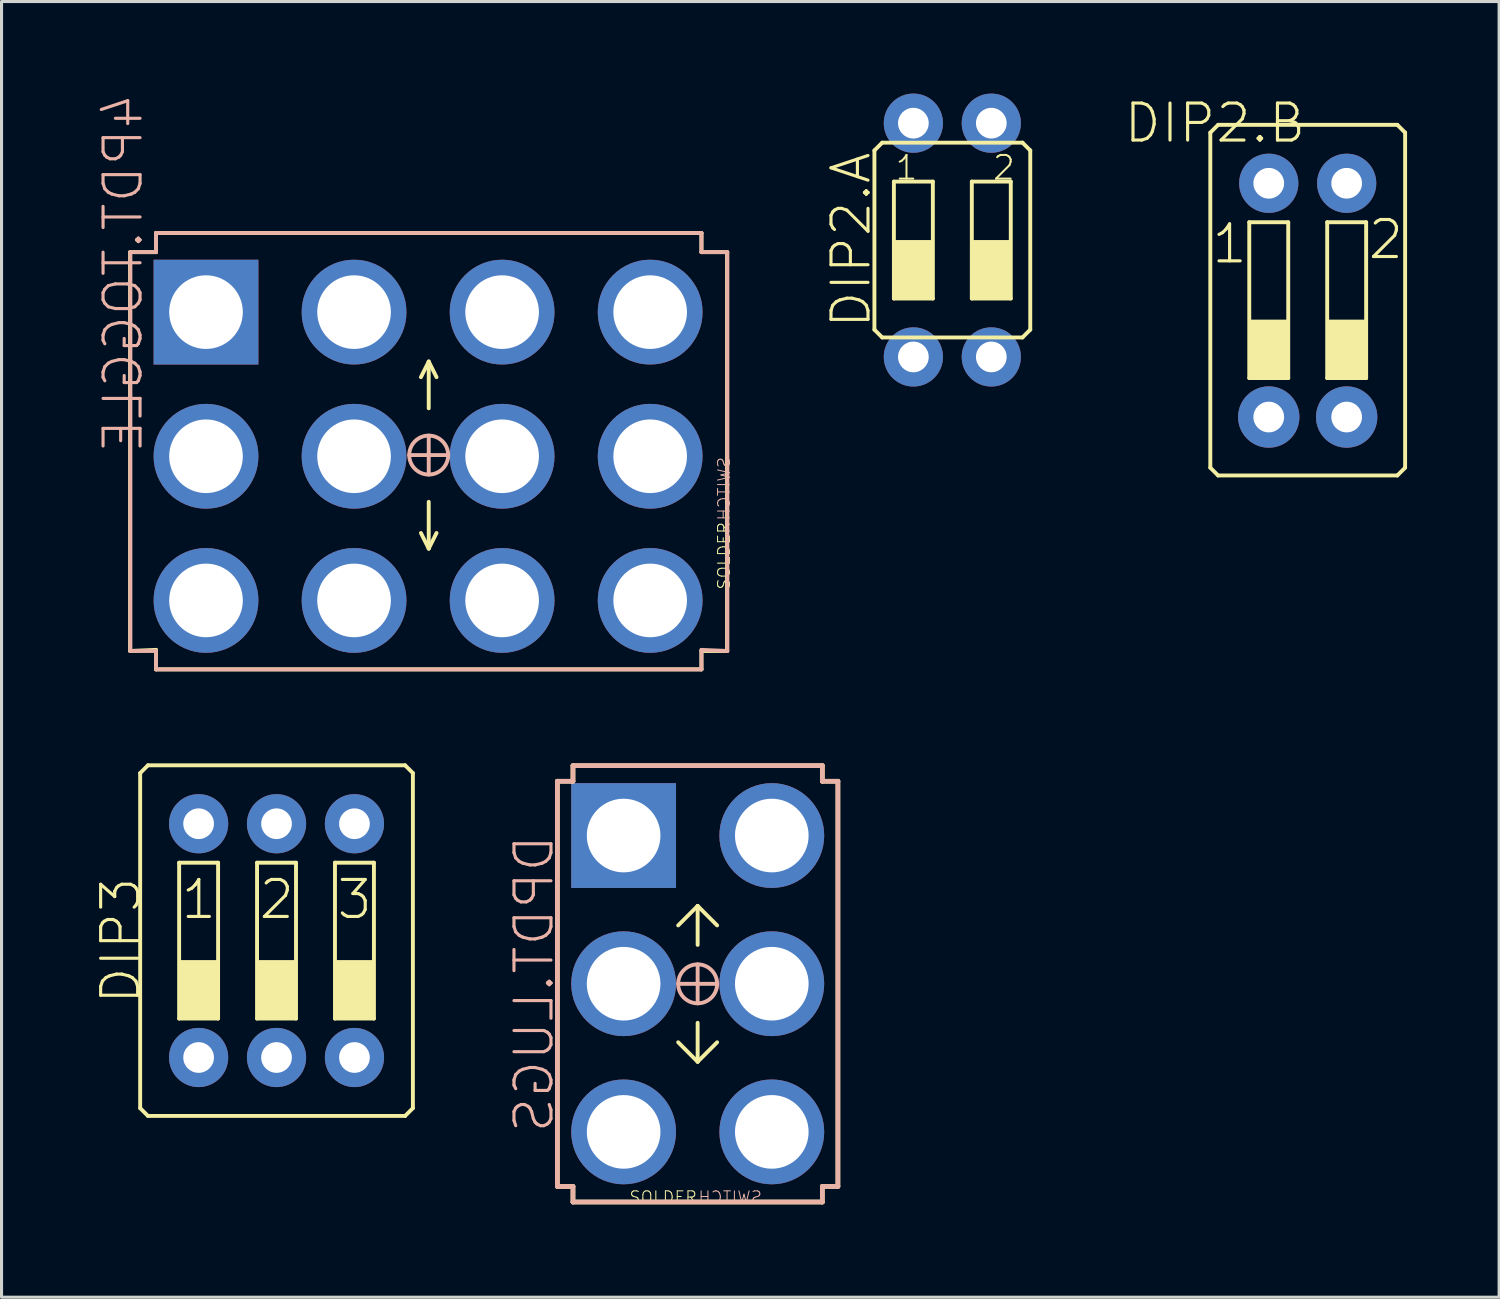
<source format=kicad_pcb>
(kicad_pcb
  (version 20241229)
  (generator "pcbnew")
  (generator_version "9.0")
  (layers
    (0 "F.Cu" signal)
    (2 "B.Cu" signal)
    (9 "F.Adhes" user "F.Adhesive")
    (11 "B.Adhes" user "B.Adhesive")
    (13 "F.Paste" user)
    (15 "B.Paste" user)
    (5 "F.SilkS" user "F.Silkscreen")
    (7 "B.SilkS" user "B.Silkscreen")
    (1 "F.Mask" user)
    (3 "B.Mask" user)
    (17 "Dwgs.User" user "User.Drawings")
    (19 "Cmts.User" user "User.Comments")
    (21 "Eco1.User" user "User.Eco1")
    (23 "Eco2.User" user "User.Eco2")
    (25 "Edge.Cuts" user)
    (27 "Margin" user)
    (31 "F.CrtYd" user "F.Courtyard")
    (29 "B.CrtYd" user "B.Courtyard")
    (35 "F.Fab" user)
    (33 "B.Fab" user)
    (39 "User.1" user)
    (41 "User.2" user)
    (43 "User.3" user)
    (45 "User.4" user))
  (footprint "DIP3"
    (layer "F.Cu")
    (at 5.964 27.611)
    (property "Reference" "DIP3" (at -5.08 0 90) (layer "F.SilkS") (effects (font (size 1.206 1.206) (thickness 0.102))))
    (attr through_hole)
    (fp_line (start -4.445 -5.461) (end -4.191 -5.715) (stroke (width 0.127) (type solid)) (layer "F.SilkS"))
    (fp_line (start -4.445 5.461) (end -4.445 -5.461) (stroke (width 0.127) (type solid)) (layer "F.SilkS"))
    (fp_line (start -4.191 -5.715) (end 4.191 -5.715) (stroke (width 0.127) (type solid)) (layer "F.SilkS"))
    (fp_line (start -4.191 5.715) (end -4.445 5.461) (stroke (width 0.127) (type solid)) (layer "F.SilkS"))
    (fp_line (start -3.175 -2.54) (end -1.905 -2.54) (stroke (width 0.127) (type solid)) (layer "F.SilkS"))
    (fp_line (start -3.175 2.54) (end -3.175 -2.54) (stroke (width 0.127) (type solid)) (layer "F.SilkS"))
    (fp_line (start -1.905 -2.54) (end -1.905 2.54) (stroke (width 0.127) (type solid)) (layer "F.SilkS"))
    (fp_line (start -1.905 2.54) (end -3.175 2.54) (stroke (width 0.127) (type solid)) (layer "F.SilkS"))
    (fp_line (start -0.635 -2.54) (end 0.635 -2.54) (stroke (width 0.127) (type solid)) (layer "F.SilkS"))
    (fp_line (start -0.635 2.54) (end -0.635 -2.54) (stroke (width 0.127) (type solid)) (layer "F.SilkS"))
    (fp_line (start 0.635 -2.54) (end 0.635 2.54) (stroke (width 0.127) (type solid)) (layer "F.SilkS"))
    (fp_line (start 0.635 2.54) (end -0.635 2.54) (stroke (width 0.127) (type solid)) (layer "F.SilkS"))
    (fp_line (start 1.905 -2.54) (end 3.175 -2.54) (stroke (width 0.127) (type solid)) (layer "F.SilkS"))
    (fp_line (start 1.905 2.54) (end 1.905 -2.54) (stroke (width 0.127) (type solid)) (layer "F.SilkS"))
    (fp_line (start 3.175 -2.54) (end 3.175 2.54) (stroke (width 0.127) (type solid)) (layer "F.SilkS"))
    (fp_line (start 3.175 2.54) (end 1.905 2.54) (stroke (width 0.127) (type solid)) (layer "F.SilkS"))
    (fp_line (start 4.191 -5.715) (end 4.445 -5.461) (stroke (width 0.127) (type solid)) (layer "F.SilkS"))
    (fp_line (start 4.191 5.715) (end -4.191 5.715) (stroke (width 0.127) (type solid)) (layer "F.SilkS"))
    (fp_line (start 4.445 -5.461) (end 4.445 5.461) (stroke (width 0.127) (type solid)) (layer "F.SilkS"))
    (fp_line (start 4.445 5.461) (end 4.191 5.715) (stroke (width 0.127) (type solid)) (layer "F.SilkS"))
    (fp_poly (pts (xy -3.175 2.54) (xy -1.905 2.54) (xy -1.905 0.635) (xy -3.175 0.635)) (stroke (width 0) (type solid)) (fill yes) (layer "F.SilkS"))
    (fp_poly (pts (xy -0.635 2.54) (xy 0.635 2.54) (xy 0.635 0.635) (xy -0.635 0.635)) (stroke (width 0) (type solid)) (fill yes) (layer "F.SilkS"))
    (fp_poly (pts (xy 1.905 2.54) (xy 3.175 2.54) (xy 3.175 0.635) (xy 1.905 0.635)) (stroke (width 0) (type solid)) (fill yes) (layer "F.SilkS"))
    (fp_text user "1" (at -3.175 -0.635 0) (layer "F.SilkS") (effects (font (size 1.206 1.206) (thickness 0.102)) (justify left bottom)))
    (fp_text user "2" (at -0.635 -0.635 0) (layer "F.SilkS") (effects (font (size 1.206 1.206) (thickness 0.102)) (justify left bottom)))
    (fp_text user "3" (at 1.905 -0.635 0) (layer "F.SilkS") (effects (font (size 1.206 1.206) (thickness 0.102)) (justify left bottom)))
    (pad "P$1" thru_hole oval (at -2.54 -3.81) (size 1.93 1.93) (drill 1) (layers "*.Cu" "*.Mask"))
    (pad "P$2" thru_hole oval (at 0 -3.81) (size 1.93 1.93) (drill 1) (layers "*.Cu" "*.Mask"))
    (pad "P$3" thru_hole oval (at 2.54 -3.81) (size 1.93 1.93) (drill 1) (layers "*.Cu" "*.Mask"))
    (pad "P$4" thru_hole oval (at -2.54 3.81) (size 1.93 1.93) (drill 1) (layers "*.Cu" "*.Mask"))
    (pad "P$5" thru_hole oval (at 0 3.81) (size 1.93 1.93) (drill 1) (layers "*.Cu" "*.Mask"))
    (pad "P$6" thru_hole oval (at 2.54 3.81) (size 1.93 1.93) (drill 1) (layers "*.Cu" "*.Mask")))
  (footprint "DPDT.LUGS"
    (layer "F.Cu")
    (at 19.691 29.02)
    (property "Reference" "DPDT.LUGS" (at -5.334 0 270) (layer "B.SilkS") (effects (font (size 1.206 1.206) (thickness 0.102)) (justify mirror)))
    (attr through_hole)
    (fp_line (start -4.572 -6.604) (end -4.064 -6.604) (stroke (width 0.152) (type solid)) (layer "F.SilkS"))
    (fp_line (start -4.572 6.604) (end -4.572 -6.604) (stroke (width 0.152) (type solid)) (layer "F.SilkS"))
    (fp_line (start -4.064 -7.112) (end 4.064 -7.112) (stroke (width 0.152) (type solid)) (layer "F.SilkS"))
    (fp_line (start -4.064 -6.604) (end -4.064 -7.112) (stroke (width 0.152) (type solid)) (layer "F.SilkS"))
    (fp_line (start -4.064 6.604) (end -4.572 6.604) (stroke (width 0.152) (type solid)) (layer "F.SilkS"))
    (fp_line (start -4.064 7.112) (end -4.064 6.604) (stroke (width 0.152) (type solid)) (layer "F.SilkS"))
    (fp_line (start 0 -2.54) (end -0.635 -1.905) (stroke (width 0.127) (type solid)) (layer "F.SilkS"))
    (fp_line (start 0 -2.54) (end 0.635 -1.905) (stroke (width 0.127) (type solid)) (layer "F.SilkS"))
    (fp_line (start 0 -1.27) (end 0 -2.54) (stroke (width 0.127) (type solid)) (layer "F.SilkS"))
    (fp_line (start 0 1.27) (end 0 2.54) (stroke (width 0.127) (type solid)) (layer "F.SilkS"))
    (fp_line (start 0 2.54) (end -0.635 1.905) (stroke (width 0.127) (type solid)) (layer "F.SilkS"))
    (fp_line (start 0 2.54) (end 0.635 1.905) (stroke (width 0.127) (type solid)) (layer "F.SilkS"))
    (fp_line (start 4.064 -7.112) (end 4.064 -6.604) (stroke (width 0.152) (type solid)) (layer "F.SilkS"))
    (fp_line (start 4.064 -6.604) (end 4.572 -6.604) (stroke (width 0.152) (type solid)) (layer "F.SilkS"))
    (fp_line (start 4.064 6.604) (end 4.064 7.112) (stroke (width 0.152) (type solid)) (layer "F.SilkS"))
    (fp_line (start 4.064 7.112) (end -4.064 7.112) (stroke (width 0.152) (type solid)) (layer "F.SilkS"))
    (fp_line (start 4.572 -6.604) (end 4.572 6.604) (stroke (width 0.152) (type solid)) (layer "F.SilkS"))
    (fp_line (start 4.572 6.604) (end 4.064 6.604) (stroke (width 0.152) (type solid)) (layer "F.SilkS"))
    (fp_line (start -4.572 -6.604) (end -4.064 -6.604) (stroke (width 0.152) (type solid)) (layer "B.SilkS"))
    (fp_line (start -4.572 6.604) (end -4.572 -6.604) (stroke (width 0.152) (type solid)) (layer "B.SilkS"))
    (fp_line (start -4.064 -7.112) (end 4.064 -7.112) (stroke (width 0.152) (type solid)) (layer "B.SilkS"))
    (fp_line (start -4.064 -6.604) (end -4.064 -7.112) (stroke (width 0.152) (type solid)) (layer "B.SilkS"))
    (fp_line (start -4.064 6.604) (end -4.572 6.604) (stroke (width 0.152) (type solid)) (layer "B.SilkS"))
    (fp_line (start -4.064 7.112) (end -4.064 6.604) (stroke (width 0.152) (type solid)) (layer "B.SilkS"))
    (fp_line (start -0.635 0) (end 0.635 0) (stroke (width 0.127) (type solid)) (layer "B.SilkS"))
    (fp_line (start 0 -0.635) (end 0 0.635) (stroke (width 0.127) (type solid)) (layer "B.SilkS"))
    (fp_line (start 4.064 -7.112) (end 4.064 -6.604) (stroke (width 0.152) (type solid)) (layer "B.SilkS"))
    (fp_line (start 4.064 -6.604) (end 4.572 -6.604) (stroke (width 0.152) (type solid)) (layer "B.SilkS"))
    (fp_line (start 4.064 6.604) (end 4.064 7.112) (stroke (width 0.152) (type solid)) (layer "B.SilkS"))
    (fp_line (start 4.064 7.112) (end -4.064 7.112) (stroke (width 0.152) (type solid)) (layer "B.SilkS"))
    (fp_line (start 4.572 -6.604) (end 4.572 6.604) (stroke (width 0.152) (type solid)) (layer "B.SilkS"))
    (fp_line (start 4.572 6.604) (end 4.064 6.604) (stroke (width 0.152) (type solid)) (layer "B.SilkS"))
    (fp_circle (center 0 0) (end 0.635 0) (stroke (width 0.127) (type solid)) (fill no) (layer "B.SilkS"))
    (fp_text user "SOLDER" (at 0 6.731 0) (layer "F.SilkS") (effects (font (size 0.386 0.386) (thickness 0.033)) (justify right top)))
    (fp_text user "SWITCH" (at 0 6.731 0) (layer "B.SilkS") (effects (font (size 0.386 0.386) (thickness 0.033)) (justify right top mirror)))
    (pad "1" thru_hole rect (at -2.413 -4.834) (size 3.416 3.416) (drill 2.4) (layers "*.Cu" "*.Mask"))
    (pad "2" thru_hole oval (at -2.413 -0.004) (size 3.416 3.416) (drill 2.4) (layers "*.Cu" "*.Mask"))
    (pad "3" thru_hole oval (at -2.413 4.826) (size 3.416 3.416) (drill 2.4) (layers "*.Cu" "*.Mask"))
    (pad "4" thru_hole oval (at 2.417 -4.834) (size 3.416 3.416) (drill 2.4) (layers "*.Cu" "*.Mask"))
    (pad "5" thru_hole oval (at 2.417 -0.004) (size 3.416 3.416) (drill 2.4) (layers "*.Cu" "*.Mask"))
    (pad "6" thru_hole oval (at 2.417 4.826) (size 3.416 3.416) (drill 2.4) (layers "*.Cu" "*.Mask")))
  (footprint "DIP2.B"
    (layer "F.Cu")
    (at 39.577 6.734)
    (property "Reference" "DIP2.B" (at 0 -6.477 0) (layer "F.SilkS") (effects (font (size 1.206 1.206) (thickness 0.102)) (justify right top)))
    (attr through_hole)
    (fp_line (start -3.175 -5.461) (end -2.921 -5.715) (stroke (width 0.127) (type solid)) (layer "F.SilkS"))
    (fp_line (start -3.175 5.461) (end -3.175 -5.461) (stroke (width 0.127) (type solid)) (layer "F.SilkS"))
    (fp_line (start -2.921 -5.715) (end 2.921 -5.715) (stroke (width 0.127) (type solid)) (layer "F.SilkS"))
    (fp_line (start -2.921 5.715) (end -3.175 5.461) (stroke (width 0.127) (type solid)) (layer "F.SilkS"))
    (fp_line (start -1.905 -2.54) (end -0.635 -2.54) (stroke (width 0.127) (type solid)) (layer "F.SilkS"))
    (fp_line (start -1.905 2.54) (end -1.905 -2.54) (stroke (width 0.127) (type solid)) (layer "F.SilkS"))
    (fp_line (start -0.635 -2.54) (end -0.635 2.54) (stroke (width 0.127) (type solid)) (layer "F.SilkS"))
    (fp_line (start -0.635 2.54) (end -1.905 2.54) (stroke (width 0.127) (type solid)) (layer "F.SilkS"))
    (fp_line (start 0.635 -2.54) (end 1.905 -2.54) (stroke (width 0.127) (type solid)) (layer "F.SilkS"))
    (fp_line (start 0.635 2.54) (end 0.635 -2.54) (stroke (width 0.127) (type solid)) (layer "F.SilkS"))
    (fp_line (start 1.905 -2.54) (end 1.905 2.54) (stroke (width 0.127) (type solid)) (layer "F.SilkS"))
    (fp_line (start 1.905 2.54) (end 0.635 2.54) (stroke (width 0.127) (type solid)) (layer "F.SilkS"))
    (fp_line (start 2.921 -5.715) (end 3.175 -5.461) (stroke (width 0.127) (type solid)) (layer "F.SilkS"))
    (fp_line (start 2.921 5.715) (end -2.921 5.715) (stroke (width 0.127) (type solid)) (layer "F.SilkS"))
    (fp_line (start 3.175 -5.461) (end 3.175 5.461) (stroke (width 0.127) (type solid)) (layer "F.SilkS"))
    (fp_line (start 3.175 5.461) (end 2.921 5.715) (stroke (width 0.127) (type solid)) (layer "F.SilkS"))
    (fp_poly (pts (xy -1.905 2.54) (xy -0.635 2.54) (xy -0.635 0.635) (xy -1.905 0.635)) (stroke (width 0) (type solid)) (fill yes) (layer "F.SilkS"))
    (fp_poly (pts (xy 0.635 2.54) (xy 1.905 2.54) (xy 1.905 0.635) (xy 0.635 0.635)) (stroke (width 0) (type solid)) (fill yes) (layer "F.SilkS"))
    (fp_text user "2" (at 1.905 -1.27 0) (layer "F.SilkS") (effects (font (size 1.206 1.206) (thickness 0.102)) (justify left bottom)))
    (fp_text user "1" (at -1.905 -2.54 0) (layer "F.SilkS") (effects (font (size 1.206 1.206) (thickness 0.102)) (justify right top)))
    (pad "P$1" thru_hole oval (at -1.27 -3.81) (size 1.93 1.93) (drill 1) (layers "*.Cu" "*.Mask"))
    (pad "P$2" thru_hole oval (at -1.27 3.81) (size 2 2) (drill 1) (layers "*.Cu" "*.Mask"))
    (pad "P$3" thru_hole oval (at 1.27 3.81) (size 2 2) (drill 1) (layers "*.Cu" "*.Mask"))
    (pad "P$4" thru_hole oval (at 1.27 -3.81) (size 1.93 1.93) (drill 1) (layers "*.Cu" "*.Mask")))
  (footprint "4PDT.TOGGLE"
    (layer "F.Cu")
    (at 10.925 11.784)
    (property "Reference" "4PDT.TOGGLE" (at -10.668 0 270) (layer "B.SilkS") (effects (font (size 1.206 1.206) (thickness 0.102)) (justify right top mirror)))
    (attr through_hole)
    (fp_line (start -9.735 -6.615) (end -9.735 6.385) (stroke (width 0.127) (type solid)) (layer "F.SilkS"))
    (fp_line (start -9.735 -6.615) (end -8.89 -6.615) (stroke (width 0.127) (type solid)) (layer "F.SilkS"))
    (fp_line (start -9.735 6.385) (end -8.89 6.35) (stroke (width 0.127) (type solid)) (layer "F.SilkS"))
    (fp_line (start -8.89 -7.239) (end 8.89 -7.239) (stroke (width 0.127) (type solid)) (layer "F.SilkS"))
    (fp_line (start -8.89 -6.615) (end -8.89 -7.239) (stroke (width 0.127) (type solid)) (layer "F.SilkS"))
    (fp_line (start -8.89 6.35) (end -8.89 6.985) (stroke (width 0.127) (type solid)) (layer "F.SilkS"))
    (fp_line (start -8.89 6.985) (end 8.89 6.985) (stroke (width 0.127) (type solid)) (layer "F.SilkS"))
    (fp_line (start 0 -3.048) (end -0.254 -2.54) (stroke (width 0.127) (type solid)) (layer "F.SilkS"))
    (fp_line (start 0 -3.048) (end 0.254 -2.54) (stroke (width 0.127) (type solid)) (layer "F.SilkS"))
    (fp_line (start 0 -1.524) (end 0 -3.048) (stroke (width 0.127) (type solid)) (layer "F.SilkS"))
    (fp_line (start 0 1.524) (end 0 3.048) (stroke (width 0.127) (type solid)) (layer "F.SilkS"))
    (fp_line (start 0 3.048) (end -0.254 2.54) (stroke (width 0.127) (type solid)) (layer "F.SilkS"))
    (fp_line (start 0 3.048) (end 0.254 2.54) (stroke (width 0.127) (type solid)) (layer "F.SilkS"))
    (fp_line (start 8.89 -7.239) (end 8.89 -6.615) (stroke (width 0.127) (type solid)) (layer "F.SilkS"))
    (fp_line (start 8.89 -6.615) (end 9.725 -6.615) (stroke (width 0.127) (type solid)) (layer "F.SilkS"))
    (fp_line (start 8.89 6.385) (end 9.725 6.385) (stroke (width 0.127) (type solid)) (layer "F.SilkS"))
    (fp_line (start 8.89 6.985) (end 8.89 6.385) (stroke (width 0.127) (type solid)) (layer "F.SilkS"))
    (fp_line (start 9.725 -6.615) (end 9.725 6.385) (stroke (width 0.127) (type solid)) (layer "F.SilkS"))
    (fp_line (start -9.725 -6.615) (end -9.725 6.385) (stroke (width 0.127) (type solid)) (layer "B.SilkS"))
    (fp_line (start -8.89 -7.239) (end -8.89 -6.615) (stroke (width 0.127) (type solid)) (layer "B.SilkS"))
    (fp_line (start -8.89 -6.615) (end -9.725 -6.615) (stroke (width 0.127) (type solid)) (layer "B.SilkS"))
    (fp_line (start -8.89 6.385) (end -9.725 6.385) (stroke (width 0.127) (type solid)) (layer "B.SilkS"))
    (fp_line (start -8.89 6.985) (end -8.89 6.385) (stroke (width 0.127) (type solid)) (layer "B.SilkS"))
    (fp_line (start 0 0.635) (end 0 -0.635) (stroke (width 0.127) (type solid)) (layer "B.SilkS"))
    (fp_line (start 0.635 0) (end -0.635 0) (stroke (width 0.127) (type solid)) (layer "B.SilkS"))
    (fp_line (start 8.89 -7.239) (end -8.89 -7.239) (stroke (width 0.127) (type solid)) (layer "B.SilkS"))
    (fp_line (start 8.89 -6.615) (end 8.89 -7.239) (stroke (width 0.127) (type solid)) (layer "B.SilkS"))
    (fp_line (start 8.89 6.35) (end 8.89 6.985) (stroke (width 0.127) (type solid)) (layer "B.SilkS"))
    (fp_line (start 8.89 6.985) (end -8.89 6.985) (stroke (width 0.127) (type solid)) (layer "B.SilkS"))
    (fp_line (start 9.735 -6.615) (end 8.89 -6.615) (stroke (width 0.127) (type solid)) (layer "B.SilkS"))
    (fp_line (start 9.735 -6.615) (end 9.735 6.385) (stroke (width 0.127) (type solid)) (layer "B.SilkS"))
    (fp_line (start 9.735 6.385) (end 8.89 6.35) (stroke (width 0.127) (type solid)) (layer "B.SilkS"))
    (fp_circle (center 0 0) (end 0.635 0) (stroke (width 0.127) (type solid)) (fill no) (layer "B.SilkS"))
    (fp_text user "SOLDER" (at 9.398 2.159 90) (layer "F.SilkS") (effects (font (size 0.386 0.386) (thickness 0.033)) (justify right top)))
    (fp_text user "SWITCH" (at 9.398 2.159 270) (layer "B.SilkS") (effects (font (size 0.386 0.386) (thickness 0.033)) (justify right top mirror)))
    (pad "A1" thru_hole rect (at -7.26 -4.66 180) (size 3.416 3.416) (drill 2.4) (layers "*.Cu" "*.Mask"))
    (pad "A2" thru_hole oval (at -7.26 0.039 180) (size 3.416 3.416) (drill 2.4) (layers "*.Cu" "*.Mask"))
    (pad "A3" thru_hole oval (at -7.26 4.738 180) (size 3.416 3.416) (drill 2.4) (layers "*.Cu" "*.Mask"))
    (pad "B1" thru_hole oval (at -2.434 -4.66 180) (size 3.416 3.416) (drill 2.4) (layers "*.Cu" "*.Mask"))
    (pad "B2" thru_hole oval (at -2.434 0.039 180) (size 3.416 3.416) (drill 2.4) (layers "*.Cu" "*.Mask"))
    (pad "B3" thru_hole oval (at -2.434 4.738 180) (size 3.416 3.416) (drill 2.4) (layers "*.Cu" "*.Mask"))
    (pad "C1" thru_hole oval (at 2.392 -4.66 180) (size 3.416 3.416) (drill 2.4) (layers "*.Cu" "*.Mask"))
    (pad "C2" thru_hole oval (at 2.392 0.039 180) (size 3.416 3.416) (drill 2.4) (layers "*.Cu" "*.Mask"))
    (pad "C3" thru_hole oval (at 2.392 4.738 180) (size 3.416 3.416) (drill 2.4) (layers "*.Cu" "*.Mask"))
    (pad "D1" thru_hole oval (at 7.218 -4.66 180) (size 3.416 3.416) (drill 2.4) (layers "*.Cu" "*.Mask"))
    (pad "D2" thru_hole oval (at 7.218 0.039 180) (size 3.416 3.416) (drill 2.4) (layers "*.Cu" "*.Mask"))
    (pad "D3" thru_hole oval (at 7.218 4.738 180) (size 3.416 3.416) (drill 2.4) (layers "*.Cu" "*.Mask")))
  (footprint "DIP2.A"
    (layer "F.Cu")
    (at 27.993 4.775)
    (property "Reference" "DIP2.A" (at -3.302 0 90) (layer "F.SilkS") (effects (font (size 1.206 1.206) (thickness 0.102))))
    (attr through_hole)
    (fp_line (start -2.54 -2.921) (end -2.286 -3.175) (stroke (width 0.127) (type solid)) (layer "F.SilkS"))
    (fp_line (start -2.54 2.921) (end -2.54 -2.921) (stroke (width 0.127) (type solid)) (layer "F.SilkS"))
    (fp_line (start -2.286 -3.175) (end 2.286 -3.175) (stroke (width 0.127) (type solid)) (layer "F.SilkS"))
    (fp_line (start -2.286 3.175) (end -2.54 2.921) (stroke (width 0.127) (type solid)) (layer "F.SilkS"))
    (fp_line (start -1.905 -1.905) (end -0.635 -1.905) (stroke (width 0.127) (type solid)) (layer "F.SilkS"))
    (fp_line (start -1.905 1.905) (end -1.905 -1.905) (stroke (width 0.127) (type solid)) (layer "F.SilkS"))
    (fp_line (start -0.635 -1.905) (end -0.635 1.905) (stroke (width 0.127) (type solid)) (layer "F.SilkS"))
    (fp_line (start -0.635 1.905) (end -1.905 1.905) (stroke (width 0.127) (type solid)) (layer "F.SilkS"))
    (fp_line (start 0.635 -1.905) (end 1.905 -1.905) (stroke (width 0.127) (type solid)) (layer "F.SilkS"))
    (fp_line (start 0.635 1.905) (end 0.635 -1.905) (stroke (width 0.127) (type solid)) (layer "F.SilkS"))
    (fp_line (start 1.905 -1.905) (end 1.905 1.905) (stroke (width 0.127) (type solid)) (layer "F.SilkS"))
    (fp_line (start 1.905 1.905) (end 0.635 1.905) (stroke (width 0.127) (type solid)) (layer "F.SilkS"))
    (fp_line (start 2.286 -3.175) (end 2.54 -2.921) (stroke (width 0.127) (type solid)) (layer "F.SilkS"))
    (fp_line (start 2.286 3.175) (end -2.286 3.175) (stroke (width 0.127) (type solid)) (layer "F.SilkS"))
    (fp_line (start 2.54 -2.921) (end 2.54 2.921) (stroke (width 0.127) (type solid)) (layer "F.SilkS"))
    (fp_line (start 2.54 2.921) (end 2.286 3.175) (stroke (width 0.127) (type solid)) (layer "F.SilkS"))
    (fp_poly (pts (xy -1.905 1.905) (xy -0.635 1.905) (xy -0.635 0) (xy -1.905 0)) (stroke (width 0) (type solid)) (fill yes) (layer "F.SilkS"))
    (fp_poly (pts (xy 0.635 1.905) (xy 1.905 1.905) (xy 1.905 0) (xy 0.635 0)) (stroke (width 0) (type solid)) (fill yes) (layer "F.SilkS"))
    (fp_text user "2" (at 1.27 -1.905 0) (layer "F.SilkS") (effects (font (size 0.772 0.772) (thickness 0.065)) (justify left bottom)))
    (fp_text user "1" (at -1.905 -1.905 0) (layer "F.SilkS") (effects (font (size 0.772 0.772) (thickness 0.065)) (justify left bottom)))
    (pad "P$1" thru_hole oval (at -1.27 -3.81) (size 1.93 1.93) (drill 1) (layers "*.Cu" "*.Mask"))
    (pad "P$2" thru_hole oval (at -1.27 3.81) (size 1.93 1.93) (drill 1) (layers "*.Cu" "*.Mask"))
    (pad "P$3" thru_hole oval (at 1.27 3.81) (size 1.93 1.93) (drill 1) (layers "*.Cu" "*.Mask"))
    (pad "P$4" thru_hole oval (at 1.27 -3.81) (size 1.93 1.93) (drill 1) (layers "*.Cu" "*.Mask")))
  (gr_rect
    (start -3 -3)
    (end 45.816 39.235)
    (stroke (width 0.1) (type default))
    (fill no)
    (layer "Edge.Cuts")))
</source>
